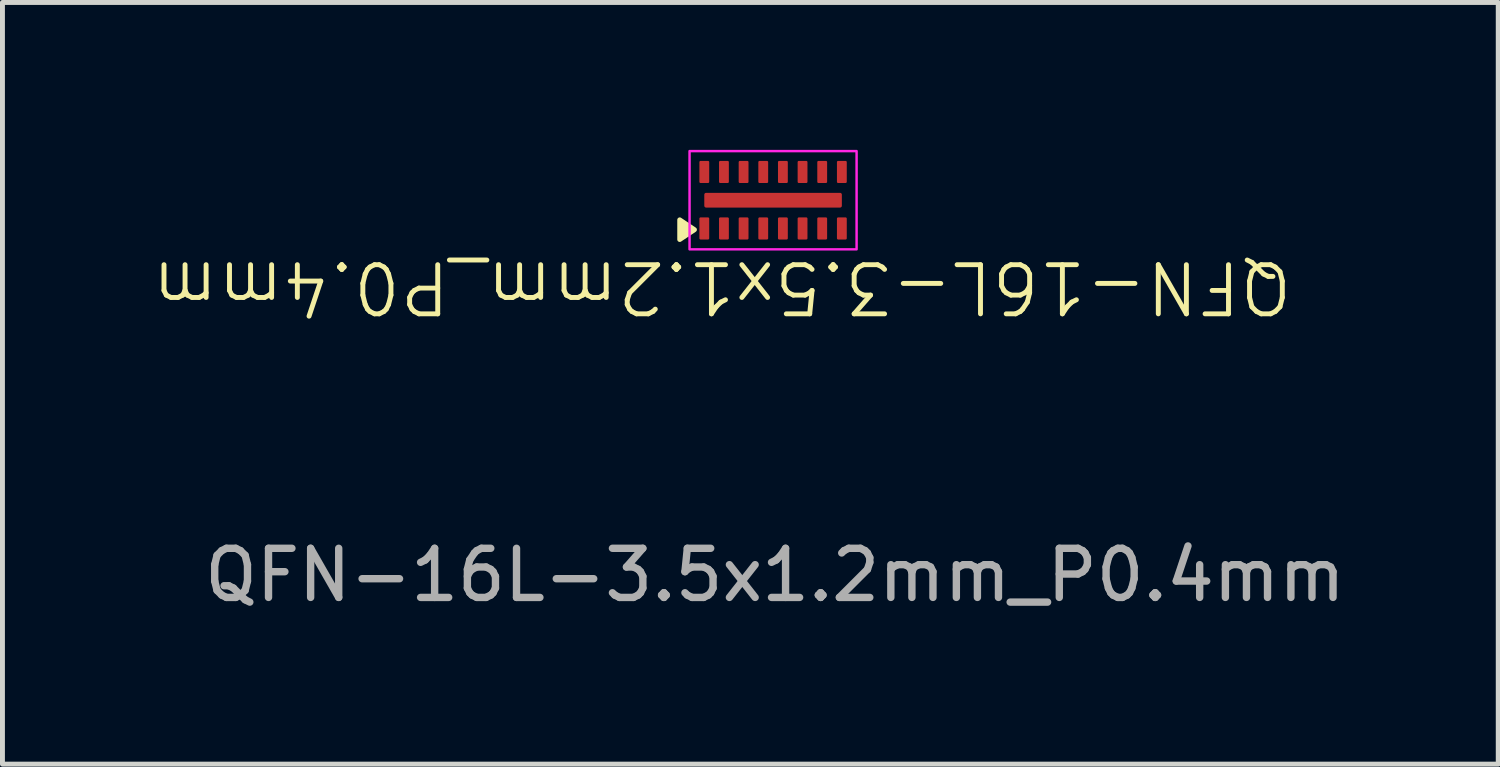
<source format=kicad_pcb>
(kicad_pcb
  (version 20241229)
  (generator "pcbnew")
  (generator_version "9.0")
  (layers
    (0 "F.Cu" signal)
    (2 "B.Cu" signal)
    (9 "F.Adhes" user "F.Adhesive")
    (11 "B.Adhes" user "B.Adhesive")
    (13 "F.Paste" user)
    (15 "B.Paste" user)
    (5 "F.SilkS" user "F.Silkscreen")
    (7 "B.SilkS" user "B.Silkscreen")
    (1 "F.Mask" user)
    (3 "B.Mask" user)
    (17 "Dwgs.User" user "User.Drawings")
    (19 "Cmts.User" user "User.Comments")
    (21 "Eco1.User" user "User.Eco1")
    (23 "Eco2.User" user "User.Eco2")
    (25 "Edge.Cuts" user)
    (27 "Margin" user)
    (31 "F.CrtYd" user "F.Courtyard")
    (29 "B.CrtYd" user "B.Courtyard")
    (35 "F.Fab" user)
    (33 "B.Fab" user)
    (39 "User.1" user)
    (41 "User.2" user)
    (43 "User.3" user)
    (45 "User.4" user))
  (footprint "QFN-16L-3.5x1.2mm_P0.4mm"
    (layer "F.Cu")
    (at 12.685 1.025)
    (property "Reference" "QFN-16L-3.5x1.2mm_P0.4mm" (at -1.04 1.77 180) (unlocked yes) (layer "F.SilkS") (effects (font (size 1 1) (thickness 0.1))))
    (attr smd)
    (fp_poly (pts (xy -1.6 0.6) (xy -1.9 0.4) (xy -1.9 0.8)) (stroke (width 0.1) (type solid)) (fill yes) (layer "F.SilkS"))
    (fp_rect (start -1.7 -1) (end 1.7 1) (stroke (width 0.05) (type default)) (fill no) (layer "F.CrtYd"))
    (fp_text user "${REFERENCE}" (at 0.04 7.63 0) (unlocked yes) (layer "F.Fab") (effects (font (size 1 1) (thickness 0.15))))
    (pad "1" smd roundrect (at -1.4 0.575) (size 0.2 0.45) (layers "F.Cu" "F.Mask" "F.Paste") (roundrect_rratio 0.12))
    (pad "2" smd roundrect (at -1 0.575) (size 0.2 0.45) (layers "F.Cu" "F.Mask" "F.Paste") (roundrect_rratio 0.12))
    (pad "3" smd roundrect (at -0.6 0.575) (size 0.2 0.45) (layers "F.Cu" "F.Mask" "F.Paste") (roundrect_rratio 0.12))
    (pad "4" smd roundrect (at -0.2 0.575) (size 0.2 0.45) (layers "F.Cu" "F.Mask" "F.Paste") (roundrect_rratio 0.12))
    (pad "5" smd roundrect (at 0.2 0.575) (size 0.2 0.45) (layers "F.Cu" "F.Mask" "F.Paste") (roundrect_rratio 0.12))
    (pad "6" smd roundrect (at 0.6 0.575) (size 0.2 0.45) (layers "F.Cu" "F.Mask" "F.Paste") (roundrect_rratio 0.12))
    (pad "7" smd roundrect (at 1 0.575) (size 0.2 0.45) (layers "F.Cu" "F.Mask" "F.Paste") (roundrect_rratio 0.12))
    (pad "8" smd roundrect (at 1.4 0.575) (size 0.2 0.45) (layers "F.Cu" "F.Mask" "F.Paste") (roundrect_rratio 0.12))
    (pad "9" smd roundrect (at 1.4 -0.575) (size 0.2 0.45) (layers "F.Cu" "F.Mask" "F.Paste") (roundrect_rratio 0.12))
    (pad "10" smd roundrect (at 1 -0.575) (size 0.2 0.45) (layers "F.Cu" "F.Mask" "F.Paste") (roundrect_rratio 0.12))
    (pad "11" smd roundrect (at 0.6 -0.575) (size 0.2 0.45) (layers "F.Cu" "F.Mask" "F.Paste") (roundrect_rratio 0.12))
    (pad "12" smd roundrect (at 0.2 -0.575) (size 0.2 0.45) (layers "F.Cu" "F.Mask" "F.Paste") (roundrect_rratio 0.12))
    (pad "13" smd roundrect (at -0.2 -0.575) (size 0.2 0.45) (layers "F.Cu" "F.Mask" "F.Paste") (roundrect_rratio 0.12))
    (pad "14" smd roundrect (at -0.6 -0.575) (size 0.2 0.45) (layers "F.Cu" "F.Mask" "F.Paste") (roundrect_rratio 0.12))
    (pad "15" smd roundrect (at -1 -0.575) (size 0.2 0.45) (layers "F.Cu" "F.Mask" "F.Paste") (roundrect_rratio 0.12))
    (pad "16" smd roundrect (at -1.4 -0.575) (size 0.2 0.45) (layers "F.Cu" "F.Mask" "F.Paste") (roundrect_rratio 0.12))
    (pad "PAD" smd roundrect (at 0 0) (size 2.8 0.3) (layers "F.Cu" "F.Mask" "F.Paste") (roundrect_rratio 0.12)))
  (gr_rect
    (start -3 -3)
    (end 27.445 12.503)
    (stroke (width 0.1) (type default))
    (fill no)
    (layer "Edge.Cuts")))
</source>
